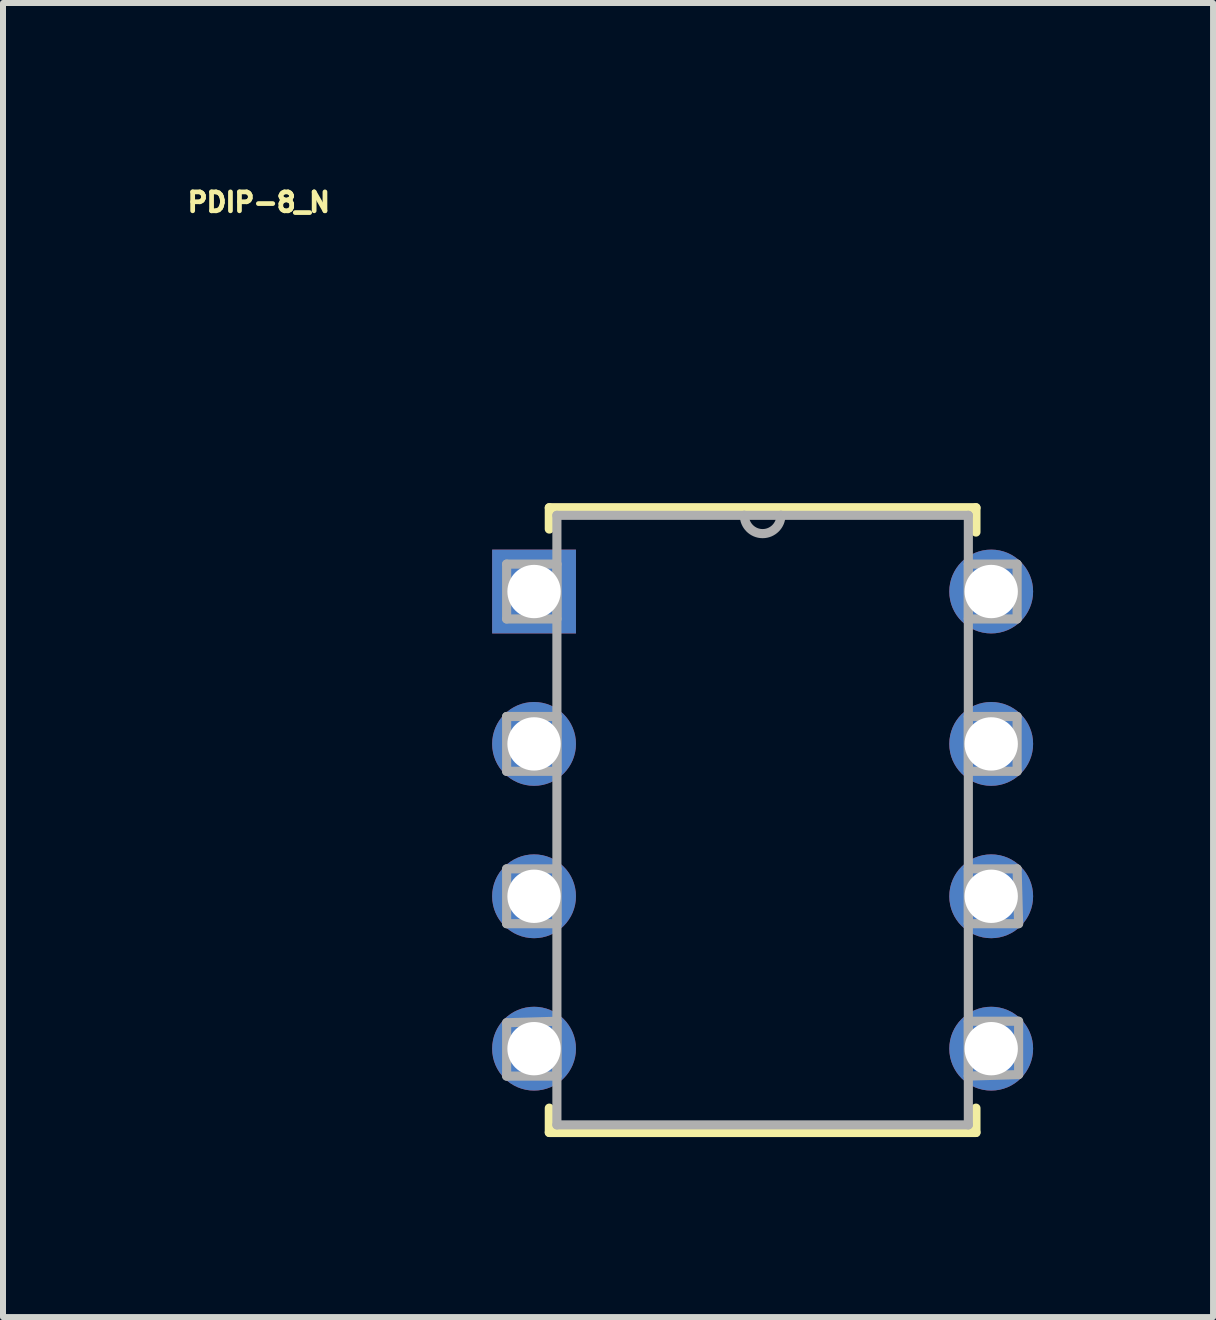
<source format=kicad_pcb>
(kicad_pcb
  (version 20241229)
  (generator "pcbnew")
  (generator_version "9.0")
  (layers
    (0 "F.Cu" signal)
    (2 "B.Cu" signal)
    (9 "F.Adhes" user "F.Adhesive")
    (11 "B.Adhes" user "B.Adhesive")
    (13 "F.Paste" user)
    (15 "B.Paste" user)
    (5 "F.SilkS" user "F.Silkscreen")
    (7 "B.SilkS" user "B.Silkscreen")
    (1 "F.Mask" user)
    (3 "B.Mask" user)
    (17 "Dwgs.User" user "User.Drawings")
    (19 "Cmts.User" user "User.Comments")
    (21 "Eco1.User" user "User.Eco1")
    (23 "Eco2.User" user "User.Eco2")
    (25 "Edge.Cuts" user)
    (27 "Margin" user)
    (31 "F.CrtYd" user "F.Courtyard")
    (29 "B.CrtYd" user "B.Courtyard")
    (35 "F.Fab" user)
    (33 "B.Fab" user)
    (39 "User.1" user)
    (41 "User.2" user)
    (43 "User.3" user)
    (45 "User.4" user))
  (footprint "PDIP-8_N"
    (layer "F.Cu")
    (at 13.472 14.43)
    (property "Reference" "PDIP-8_N" (at -12.208 -14.108 0) (layer "F.SilkS") (effects (font (size 0.315 0.315) (thickness 0.15))))
    (attr through_hole)
    (fp_line (start -7.366 -9.017) (end -7.366 -8.661) (stroke (width 0.152) (type solid)) (layer "F.SilkS"))
    (fp_line (start -7.366 0.991) (end -7.366 1.397) (stroke (width 0.152) (type solid)) (layer "F.SilkS"))
    (fp_line (start -7.366 1.397) (end -0.254 1.397) (stroke (width 0.152) (type solid)) (layer "F.SilkS"))
    (fp_line (start -0.254 -9.017) (end -7.366 -9.017) (stroke (width 0.152) (type solid)) (layer "F.SilkS"))
    (fp_line (start -0.254 -8.611) (end -0.254 -9.017) (stroke (width 0.152) (type solid)) (layer "F.SilkS"))
    (fp_line (start -0.254 1.397) (end -0.254 0.991) (stroke (width 0.152) (type solid)) (layer "F.SilkS"))
    (fp_line (start -8.077 -8.077) (end -8.077 -7.163) (stroke (width 0.152) (type solid)) (layer "F.Fab"))
    (fp_line (start -8.077 -7.163) (end -7.239 -7.163) (stroke (width 0.152) (type solid)) (layer "F.Fab"))
    (fp_line (start -8.077 -5.537) (end -8.077 -4.623) (stroke (width 0.152) (type solid)) (layer "F.Fab"))
    (fp_line (start -8.077 -4.623) (end -7.239 -4.623) (stroke (width 0.152) (type solid)) (layer "F.Fab"))
    (fp_line (start -8.077 -2.997) (end -8.077 -2.083) (stroke (width 0.152) (type solid)) (layer "F.Fab"))
    (fp_line (start -8.077 -2.083) (end -7.239 -2.083) (stroke (width 0.152) (type solid)) (layer "F.Fab"))
    (fp_line (start -8.077 -0.432) (end -8.077 0.457) (stroke (width 0.152) (type solid)) (layer "F.Fab"))
    (fp_line (start -8.077 0.457) (end -7.239 0.457) (stroke (width 0.152) (type solid)) (layer "F.Fab"))
    (fp_line (start -7.239 -8.89) (end -7.239 1.27) (stroke (width 0.152) (type solid)) (layer "F.Fab"))
    (fp_line (start -7.239 -8.077) (end -8.077 -8.077) (stroke (width 0.152) (type solid)) (layer "F.Fab"))
    (fp_line (start -7.239 -7.163) (end -7.239 -8.077) (stroke (width 0.152) (type solid)) (layer "F.Fab"))
    (fp_line (start -7.239 -5.537) (end -8.077 -5.537) (stroke (width 0.152) (type solid)) (layer "F.Fab"))
    (fp_line (start -7.239 -4.623) (end -7.239 -5.537) (stroke (width 0.152) (type solid)) (layer "F.Fab"))
    (fp_line (start -7.239 -2.997) (end -8.077 -2.997) (stroke (width 0.152) (type solid)) (layer "F.Fab"))
    (fp_line (start -7.239 -2.083) (end -7.239 -2.997) (stroke (width 0.152) (type solid)) (layer "F.Fab"))
    (fp_line (start -7.239 -0.457) (end -8.077 -0.432) (stroke (width 0.152) (type solid)) (layer "F.Fab"))
    (fp_line (start -7.239 0.457) (end -7.239 -0.457) (stroke (width 0.152) (type solid)) (layer "F.Fab"))
    (fp_line (start -7.239 1.27) (end -0.381 1.27) (stroke (width 0.152) (type solid)) (layer "F.Fab"))
    (fp_line (start -4.115 -8.89) (end -7.239 -8.89) (stroke (width 0.152) (type solid)) (layer "F.Fab"))
    (fp_line (start -3.505 -8.89) (end -4.115 -8.89) (stroke (width 0.152) (type solid)) (layer "F.Fab"))
    (fp_line (start -0.381 -8.89) (end -3.505 -8.89) (stroke (width 0.152) (type solid)) (layer "F.Fab"))
    (fp_line (start -0.381 -8.077) (end -0.381 -7.163) (stroke (width 0.152) (type solid)) (layer "F.Fab"))
    (fp_line (start -0.381 -7.163) (end 0.432 -7.163) (stroke (width 0.152) (type solid)) (layer "F.Fab"))
    (fp_line (start -0.381 -5.537) (end -0.381 -4.623) (stroke (width 0.152) (type solid)) (layer "F.Fab"))
    (fp_line (start -0.381 -4.623) (end 0.432 -4.623) (stroke (width 0.152) (type solid)) (layer "F.Fab"))
    (fp_line (start -0.381 -2.997) (end -0.381 -2.083) (stroke (width 0.152) (type solid)) (layer "F.Fab"))
    (fp_line (start -0.381 -2.083) (end 0.457 -2.083) (stroke (width 0.152) (type solid)) (layer "F.Fab"))
    (fp_line (start -0.381 -0.457) (end -0.381 0.457) (stroke (width 0.152) (type solid)) (layer "F.Fab"))
    (fp_line (start -0.381 0.457) (end 0.457 0.432) (stroke (width 0.152) (type solid)) (layer "F.Fab"))
    (fp_line (start -0.381 1.27) (end -0.381 -8.89) (stroke (width 0.152) (type solid)) (layer "F.Fab"))
    (fp_line (start 0.432 -8.077) (end -0.381 -8.077) (stroke (width 0.152) (type solid)) (layer "F.Fab"))
    (fp_line (start 0.432 -7.163) (end 0.432 -8.077) (stroke (width 0.152) (type solid)) (layer "F.Fab"))
    (fp_line (start 0.432 -5.537) (end -0.381 -5.537) (stroke (width 0.152) (type solid)) (layer "F.Fab"))
    (fp_line (start 0.432 -4.623) (end 0.432 -5.537) (stroke (width 0.152) (type solid)) (layer "F.Fab"))
    (fp_line (start 0.432 -2.997) (end -0.381 -2.997) (stroke (width 0.152) (type solid)) (layer "F.Fab"))
    (fp_line (start 0.457 -2.083) (end 0.432 -2.997) (stroke (width 0.152) (type solid)) (layer "F.Fab"))
    (fp_line (start 0.457 -0.457) (end -0.381 -0.457) (stroke (width 0.152) (type solid)) (layer "F.Fab"))
    (fp_line (start 0.457 0.432) (end 0.457 -0.457) (stroke (width 0.152) (type solid)) (layer "F.Fab"))
    (fp_arc (start -3.5052 -8.89) (mid -3.81 -8.5852) (end -4.1148 -8.89) (stroke (width 0.1524) (type solid)) (layer "F.Fab"))
    (pad "1" thru_hole rect (at -7.62 -7.62) (size 1.397 1.397) (drill 0.889) (layers "*.Cu" "*.Mask"))
    (pad "2" thru_hole circle (at -7.62 -5.08) (size 1.397 1.397) (drill 0.889) (layers "*.Cu" "*.Mask"))
    (pad "3" thru_hole circle (at -7.62 -2.54) (size 1.397 1.397) (drill 0.889) (layers "*.Cu" "*.Mask"))
    (pad "4" thru_hole circle (at -7.62 0) (size 1.397 1.397) (drill 0.889) (layers "*.Cu" "*.Mask"))
    (pad "5" thru_hole circle (at 0 0) (size 1.397 1.397) (drill 0.889) (layers "*.Cu" "*.Mask"))
    (pad "6" thru_hole circle (at 0 -2.54) (size 1.397 1.397) (drill 0.889) (layers "*.Cu" "*.Mask"))
    (pad "7" thru_hole circle (at 0 -5.08) (size 1.397 1.397) (drill 0.889) (layers "*.Cu" "*.Mask"))
    (pad "8" thru_hole circle (at 0 -7.62) (size 1.397 1.397) (drill 0.889) (layers "*.Cu" "*.Mask")))
  (gr_rect
    (start -3 -3)
    (end 17.17 18.904)
    (stroke (width 0.1) (type default))
    (fill no)
    (layer "Edge.Cuts")))
</source>
